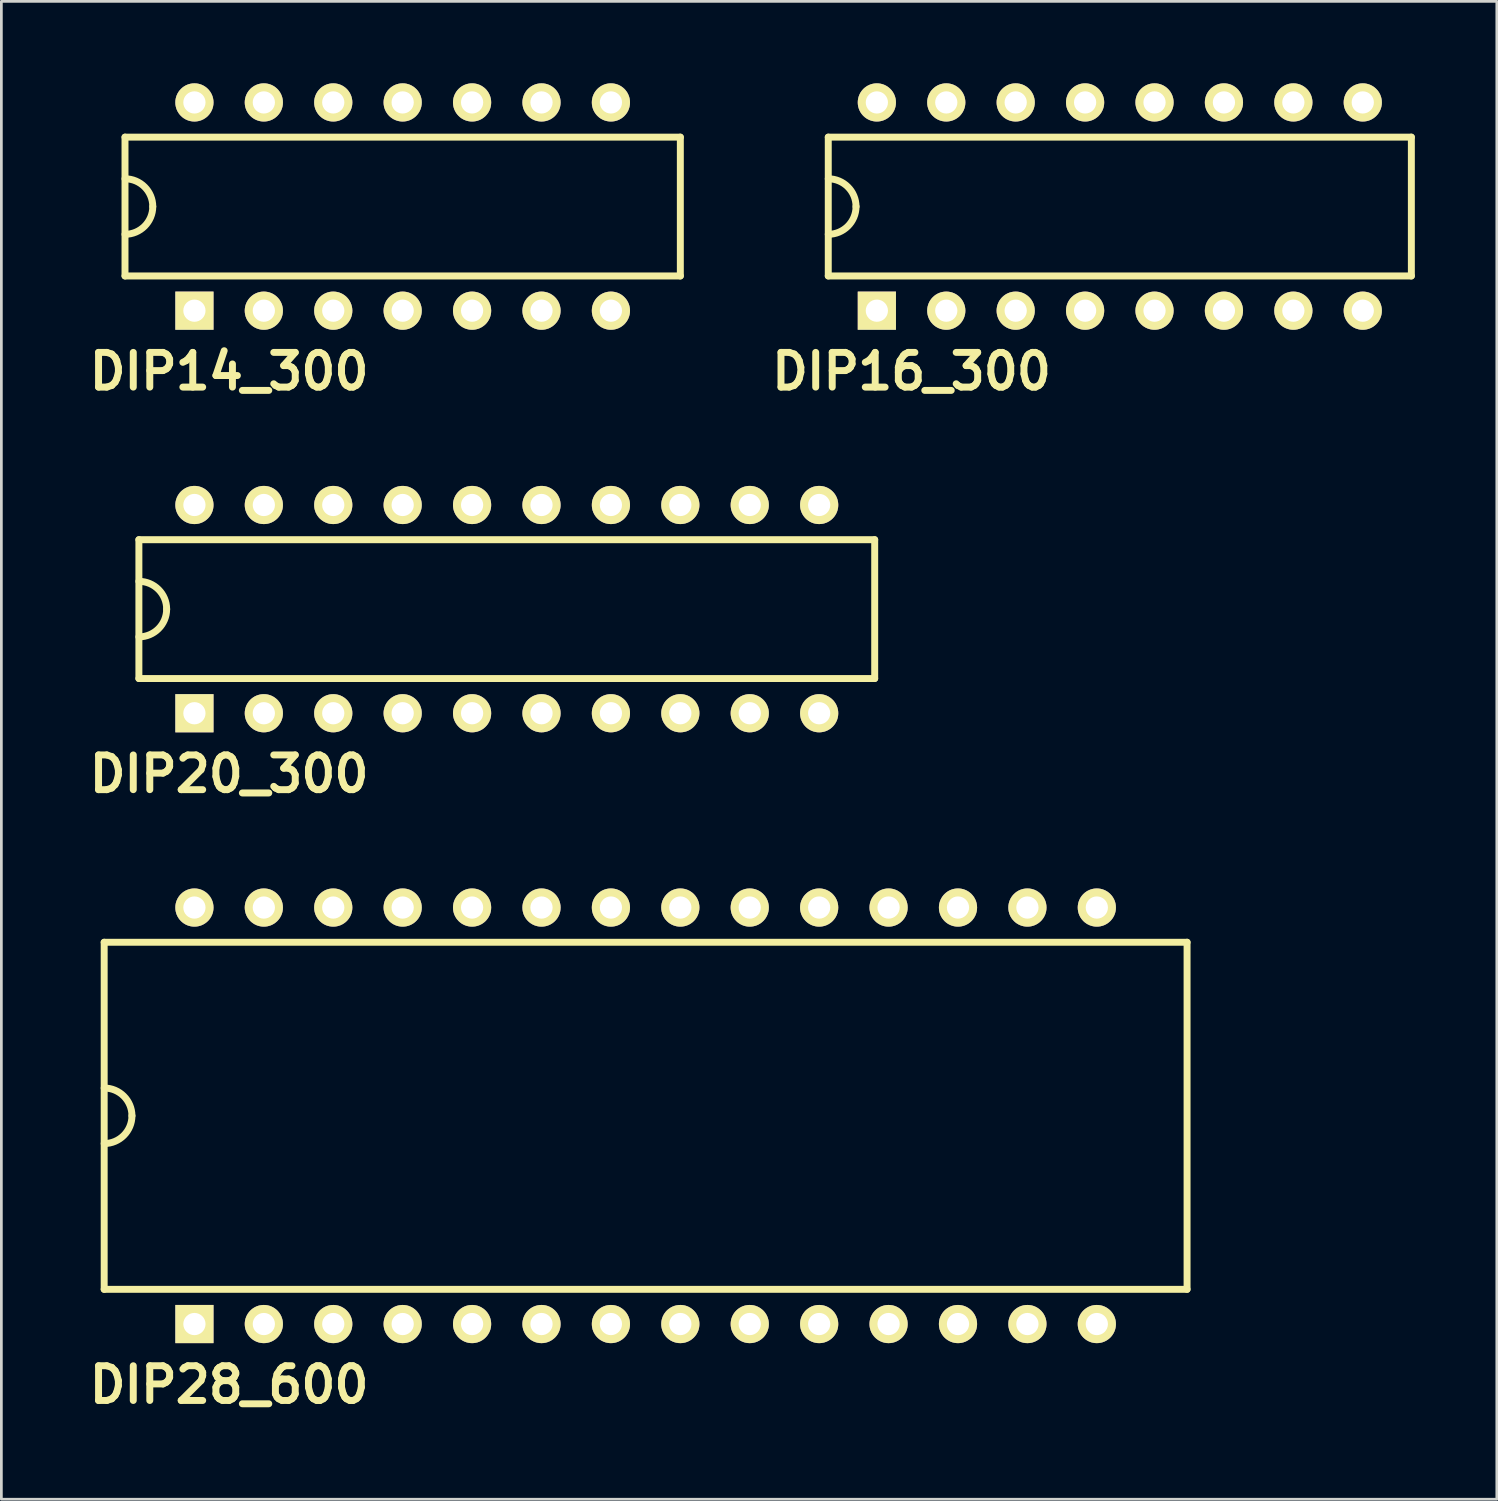
<source format=kicad_pcb>
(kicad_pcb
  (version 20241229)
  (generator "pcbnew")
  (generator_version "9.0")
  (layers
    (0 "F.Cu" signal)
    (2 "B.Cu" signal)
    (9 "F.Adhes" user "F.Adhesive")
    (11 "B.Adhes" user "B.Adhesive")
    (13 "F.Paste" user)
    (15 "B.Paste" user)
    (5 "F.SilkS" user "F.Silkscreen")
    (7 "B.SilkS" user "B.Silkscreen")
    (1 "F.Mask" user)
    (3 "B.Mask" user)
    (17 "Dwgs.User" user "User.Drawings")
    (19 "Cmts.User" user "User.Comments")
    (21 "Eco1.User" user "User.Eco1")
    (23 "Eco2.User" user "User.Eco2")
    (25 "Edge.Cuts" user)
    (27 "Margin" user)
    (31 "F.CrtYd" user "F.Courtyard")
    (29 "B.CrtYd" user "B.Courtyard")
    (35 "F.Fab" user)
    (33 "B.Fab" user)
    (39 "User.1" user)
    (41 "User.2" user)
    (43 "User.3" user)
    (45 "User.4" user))
  (footprint "DIP20_300"
    (layer "F.Cu")
    (at 15.494 19.238)
    (property "Reference" "DIP20_300" (at -10.16 6.032 0) (layer "F.SilkS") (effects (font (size 1.27 1.27) (thickness 0.254))))
    (fp_line (start -13.462 -2.54) (end 13.462 -2.54) (stroke (width 0.254) (type solid)) (layer "F.SilkS"))
    (fp_line (start -13.462 2.54) (end -13.462 -2.54) (stroke (width 0.254) (type solid)) (layer "F.SilkS"))
    (fp_line (start 13.462 -2.54) (end 13.462 2.54) (stroke (width 0.254) (type solid)) (layer "F.SilkS"))
    (fp_line (start 13.462 2.54) (end -13.462 2.54) (stroke (width 0.254) (type solid)) (layer "F.SilkS"))
    (fp_arc (start -13.462 -1.016) (mid -12.74358 -0.71842) (end -12.446 0) (stroke (width 0.254) (type solid)) (layer "F.SilkS"))
    (fp_arc (start -12.446 0) (mid -12.74358 0.71842) (end -13.462 1.016) (stroke (width 0.254) (type solid)) (layer "F.SilkS"))
    (pad "1" thru_hole rect (at -11.43 3.81) (size 1.397 1.397) (drill 0.813) (layers "*.Cu" "*.Mask" "F.SilkS"))
    (pad "2" thru_hole circle (at -8.89 3.81) (size 1.397 1.397) (drill 0.813) (layers "*.Cu" "*.Mask" "F.SilkS"))
    (pad "3" thru_hole circle (at -6.35 3.81) (size 1.397 1.397) (drill 0.813) (layers "*.Cu" "*.Mask" "F.SilkS"))
    (pad "4" thru_hole circle (at -3.81 3.81) (size 1.397 1.397) (drill 0.813) (layers "*.Cu" "*.Mask" "F.SilkS"))
    (pad "5" thru_hole circle (at -1.27 3.81) (size 1.397 1.397) (drill 0.813) (layers "*.Cu" "*.Mask" "F.SilkS"))
    (pad "6" thru_hole circle (at 1.27 3.81) (size 1.397 1.397) (drill 0.813) (layers "*.Cu" "*.Mask" "F.SilkS"))
    (pad "7" thru_hole circle (at 3.81 3.81) (size 1.397 1.397) (drill 0.813) (layers "*.Cu" "*.Mask" "F.SilkS"))
    (pad "8" thru_hole circle (at 6.35 3.81) (size 1.397 1.397) (drill 0.813) (layers "*.Cu" "*.Mask" "F.SilkS"))
    (pad "9" thru_hole circle (at 8.89 3.81) (size 1.397 1.397) (drill 0.813) (layers "*.Cu" "*.Mask" "F.SilkS"))
    (pad "10" thru_hole circle (at 11.43 3.81) (size 1.397 1.397) (drill 0.813) (layers "*.Cu" "*.Mask" "F.SilkS"))
    (pad "11" thru_hole circle (at 11.43 -3.81) (size 1.397 1.397) (drill 0.813) (layers "*.Cu" "*.Mask" "F.SilkS"))
    (pad "12" thru_hole circle (at 8.89 -3.81) (size 1.397 1.397) (drill 0.813) (layers "*.Cu" "*.Mask" "F.SilkS"))
    (pad "13" thru_hole circle (at 6.35 -3.81) (size 1.397 1.397) (drill 0.813) (layers "*.Cu" "*.Mask" "F.SilkS"))
    (pad "14" thru_hole circle (at 3.81 -3.81) (size 1.397 1.397) (drill 0.813) (layers "*.Cu" "*.Mask" "F.SilkS"))
    (pad "15" thru_hole circle (at 1.27 -3.81) (size 1.397 1.397) (drill 0.813) (layers "*.Cu" "*.Mask" "F.SilkS"))
    (pad "16" thru_hole circle (at -1.27 -3.81) (size 1.397 1.397) (drill 0.813) (layers "*.Cu" "*.Mask" "F.SilkS"))
    (pad "17" thru_hole circle (at -3.81 -3.81) (size 1.397 1.397) (drill 0.813) (layers "*.Cu" "*.Mask" "F.SilkS"))
    (pad "18" thru_hole circle (at -6.35 -3.81) (size 1.397 1.397) (drill 0.813) (layers "*.Cu" "*.Mask" "F.SilkS"))
    (pad "19" thru_hole circle (at -8.89 -3.81) (size 1.397 1.397) (drill 0.813) (layers "*.Cu" "*.Mask" "F.SilkS"))
    (pad "20" thru_hole circle (at -11.43 -3.81) (size 1.397 1.397) (drill 0.813) (layers "*.Cu" "*.Mask" "F.SilkS")))
  (footprint "DIP28_600"
    (layer "F.Cu")
    (at 20.574 37.778)
    (property "Reference" "DIP28_600" (at -15.24 9.842 0) (layer "F.SilkS") (effects (font (size 1.27 1.27) (thickness 0.254))))
    (fp_line (start -19.812 -6.35) (end 19.812 -6.35) (stroke (width 0.254) (type solid)) (layer "F.SilkS"))
    (fp_line (start -19.812 6.35) (end -19.812 -6.35) (stroke (width 0.254) (type solid)) (layer "F.SilkS"))
    (fp_line (start 19.812 -6.35) (end 19.812 6.35) (stroke (width 0.254) (type solid)) (layer "F.SilkS"))
    (fp_line (start 19.812 6.35) (end -19.812 6.35) (stroke (width 0.254) (type solid)) (layer "F.SilkS"))
    (fp_arc (start -19.812 -1.016) (mid -19.09358 -0.71842) (end -18.796 0) (stroke (width 0.254) (type solid)) (layer "F.SilkS"))
    (fp_arc (start -18.796 0) (mid -19.09358 0.71842) (end -19.812 1.016) (stroke (width 0.254) (type solid)) (layer "F.SilkS"))
    (pad "1" thru_hole rect (at -16.51 7.62) (size 1.397 1.397) (drill 0.813) (layers "*.Cu" "*.Mask" "F.SilkS"))
    (pad "2" thru_hole circle (at -13.97 7.62) (size 1.397 1.397) (drill 0.813) (layers "*.Cu" "*.Mask" "F.SilkS"))
    (pad "3" thru_hole circle (at -11.43 7.62) (size 1.397 1.397) (drill 0.813) (layers "*.Cu" "*.Mask" "F.SilkS"))
    (pad "4" thru_hole circle (at -8.89 7.62) (size 1.397 1.397) (drill 0.813) (layers "*.Cu" "*.Mask" "F.SilkS"))
    (pad "5" thru_hole circle (at -6.35 7.62) (size 1.397 1.397) (drill 0.813) (layers "*.Cu" "*.Mask" "F.SilkS"))
    (pad "6" thru_hole circle (at -3.81 7.62) (size 1.397 1.397) (drill 0.813) (layers "*.Cu" "*.Mask" "F.SilkS"))
    (pad "7" thru_hole circle (at -1.27 7.62) (size 1.397 1.397) (drill 0.813) (layers "*.Cu" "*.Mask" "F.SilkS"))
    (pad "8" thru_hole circle (at 1.27 7.62) (size 1.397 1.397) (drill 0.813) (layers "*.Cu" "*.Mask" "F.SilkS"))
    (pad "9" thru_hole circle (at 3.81 7.62) (size 1.397 1.397) (drill 0.813) (layers "*.Cu" "*.Mask" "F.SilkS"))
    (pad "10" thru_hole circle (at 6.35 7.62) (size 1.397 1.397) (drill 0.813) (layers "*.Cu" "*.Mask" "F.SilkS"))
    (pad "11" thru_hole circle (at 8.89 7.62) (size 1.397 1.397) (drill 0.813) (layers "*.Cu" "*.Mask" "F.SilkS"))
    (pad "12" thru_hole circle (at 11.43 7.62) (size 1.397 1.397) (drill 0.813) (layers "*.Cu" "*.Mask" "F.SilkS"))
    (pad "13" thru_hole circle (at 13.97 7.62) (size 1.397 1.397) (drill 0.813) (layers "*.Cu" "*.Mask" "F.SilkS"))
    (pad "14" thru_hole circle (at 16.51 7.62) (size 1.397 1.397) (drill 0.813) (layers "*.Cu" "*.Mask" "F.SilkS"))
    (pad "15" thru_hole circle (at 16.51 -7.62) (size 1.397 1.397) (drill 0.813) (layers "*.Cu" "*.Mask" "F.SilkS"))
    (pad "16" thru_hole circle (at 13.97 -7.62) (size 1.397 1.397) (drill 0.813) (layers "*.Cu" "*.Mask" "F.SilkS"))
    (pad "17" thru_hole circle (at 11.43 -7.62) (size 1.397 1.397) (drill 0.813) (layers "*.Cu" "*.Mask" "F.SilkS"))
    (pad "18" thru_hole circle (at 8.89 -7.62) (size 1.397 1.397) (drill 0.813) (layers "*.Cu" "*.Mask" "F.SilkS"))
    (pad "19" thru_hole circle (at 6.35 -7.62) (size 1.397 1.397) (drill 0.813) (layers "*.Cu" "*.Mask" "F.SilkS"))
    (pad "20" thru_hole circle (at 3.81 -7.62) (size 1.397 1.397) (drill 0.813) (layers "*.Cu" "*.Mask" "F.SilkS"))
    (pad "21" thru_hole circle (at 1.27 -7.62) (size 1.397 1.397) (drill 0.813) (layers "*.Cu" "*.Mask" "F.SilkS"))
    (pad "22" thru_hole circle (at -1.27 -7.62) (size 1.397 1.397) (drill 0.813) (layers "*.Cu" "*.Mask" "F.SilkS"))
    (pad "23" thru_hole circle (at -3.81 -7.62) (size 1.397 1.397) (drill 0.813) (layers "*.Cu" "*.Mask" "F.SilkS"))
    (pad "24" thru_hole circle (at -6.35 -7.62) (size 1.397 1.397) (drill 0.813) (layers "*.Cu" "*.Mask" "F.SilkS"))
    (pad "25" thru_hole circle (at -8.89 -7.62) (size 1.397 1.397) (drill 0.813) (layers "*.Cu" "*.Mask" "F.SilkS"))
    (pad "26" thru_hole circle (at -11.43 -7.62) (size 1.397 1.397) (drill 0.813) (layers "*.Cu" "*.Mask" "F.SilkS"))
    (pad "27" thru_hole circle (at -13.97 -7.62) (size 1.397 1.397) (drill 0.813) (layers "*.Cu" "*.Mask" "F.SilkS"))
    (pad "28" thru_hole circle (at -16.51 -7.62) (size 1.397 1.397) (drill 0.813) (layers "*.Cu" "*.Mask" "F.SilkS")))
  (footprint "DIP14_300"
    (layer "F.Cu")
    (at 11.684 4.508)
    (property "Reference" "DIP14_300" (at -6.35 6.032 0) (layer "F.SilkS") (effects (font (size 1.27 1.27) (thickness 0.254))))
    (fp_line (start -10.16 -2.54) (end -10.16 2.54) (stroke (width 0.254) (type solid)) (layer "F.SilkS"))
    (fp_line (start -10.16 2.54) (end 10.16 2.54) (stroke (width 0.254) (type solid)) (layer "F.SilkS"))
    (fp_line (start 10.16 -2.54) (end -10.16 -2.54) (stroke (width 0.254) (type solid)) (layer "F.SilkS"))
    (fp_line (start 10.16 2.54) (end 10.16 -2.54) (stroke (width 0.254) (type solid)) (layer "F.SilkS"))
    (fp_arc (start -10.16 -1.016) (mid -9.44158 -0.71842) (end -9.144 0) (stroke (width 0.254) (type solid)) (layer "F.SilkS"))
    (fp_arc (start -9.144 0) (mid -9.44158 0.71842) (end -10.16 1.016) (stroke (width 0.254) (type solid)) (layer "F.SilkS"))
    (pad "1" thru_hole rect (at -7.62 3.81) (size 1.397 1.397) (drill 0.813) (layers "*.Cu" "*.Mask" "F.SilkS"))
    (pad "2" thru_hole circle (at -5.08 3.81) (size 1.397 1.397) (drill 0.813) (layers "*.Cu" "*.Mask" "F.SilkS"))
    (pad "3" thru_hole circle (at -2.54 3.81) (size 1.397 1.397) (drill 0.813) (layers "*.Cu" "*.Mask" "F.SilkS"))
    (pad "4" thru_hole circle (at 0 3.81) (size 1.397 1.397) (drill 0.813) (layers "*.Cu" "*.Mask" "F.SilkS"))
    (pad "5" thru_hole circle (at 2.54 3.81) (size 1.397 1.397) (drill 0.813) (layers "*.Cu" "*.Mask" "F.SilkS"))
    (pad "6" thru_hole circle (at 5.08 3.81) (size 1.397 1.397) (drill 0.813) (layers "*.Cu" "*.Mask" "F.SilkS"))
    (pad "7" thru_hole circle (at 7.62 3.81) (size 1.397 1.397) (drill 0.813) (layers "*.Cu" "*.Mask" "F.SilkS"))
    (pad "8" thru_hole circle (at 7.62 -3.81) (size 1.397 1.397) (drill 0.813) (layers "*.Cu" "*.Mask" "F.SilkS"))
    (pad "9" thru_hole circle (at 5.08 -3.81) (size 1.397 1.397) (drill 0.813) (layers "*.Cu" "*.Mask" "F.SilkS"))
    (pad "10" thru_hole circle (at 2.54 -3.81) (size 1.397 1.397) (drill 0.813) (layers "*.Cu" "*.Mask" "F.SilkS"))
    (pad "11" thru_hole circle (at 0 -3.81) (size 1.397 1.397) (drill 0.813) (layers "*.Cu" "*.Mask" "F.SilkS"))
    (pad "12" thru_hole circle (at -2.54 -3.81) (size 1.397 1.397) (drill 0.813) (layers "*.Cu" "*.Mask" "F.SilkS"))
    (pad "13" thru_hole circle (at -5.08 -3.81) (size 1.397 1.397) (drill 0.813) (layers "*.Cu" "*.Mask" "F.SilkS"))
    (pad "14" thru_hole circle (at -7.62 -3.81) (size 1.397 1.397) (drill 0.813) (layers "*.Cu" "*.Mask" "F.SilkS")))
  (footprint "DIP16_300"
    (layer "F.Cu")
    (at 37.925 4.508)
    (property "Reference" "DIP16_300" (at -7.62 6.032 0) (layer "F.SilkS") (effects (font (size 1.27 1.27) (thickness 0.254))))
    (fp_line (start -10.668 -2.54) (end 10.668 -2.54) (stroke (width 0.254) (type solid)) (layer "F.SilkS"))
    (fp_line (start -10.668 2.54) (end -10.668 -2.54) (stroke (width 0.254) (type solid)) (layer "F.SilkS"))
    (fp_line (start 10.668 -2.54) (end 10.668 2.54) (stroke (width 0.254) (type solid)) (layer "F.SilkS"))
    (fp_line (start 10.668 2.54) (end -10.668 2.54) (stroke (width 0.254) (type solid)) (layer "F.SilkS"))
    (fp_arc (start -10.668 -1.016) (mid -9.94958 -0.71842) (end -9.652 0) (stroke (width 0.254) (type solid)) (layer "F.SilkS"))
    (fp_arc (start -9.652 0) (mid -9.94958 0.71842) (end -10.668 1.016) (stroke (width 0.254) (type solid)) (layer "F.SilkS"))
    (pad "1" thru_hole rect (at -8.89 3.81) (size 1.397 1.397) (drill 0.813) (layers "*.Cu" "*.Mask" "F.SilkS"))
    (pad "2" thru_hole circle (at -6.35 3.81) (size 1.397 1.397) (drill 0.813) (layers "*.Cu" "*.Mask" "F.SilkS"))
    (pad "3" thru_hole circle (at -3.81 3.81) (size 1.397 1.397) (drill 0.813) (layers "*.Cu" "*.Mask" "F.SilkS"))
    (pad "4" thru_hole circle (at -1.27 3.81) (size 1.397 1.397) (drill 0.813) (layers "*.Cu" "*.Mask" "F.SilkS"))
    (pad "5" thru_hole circle (at 1.27 3.81) (size 1.397 1.397) (drill 0.813) (layers "*.Cu" "*.Mask" "F.SilkS"))
    (pad "6" thru_hole circle (at 3.81 3.81) (size 1.397 1.397) (drill 0.813) (layers "*.Cu" "*.Mask" "F.SilkS"))
    (pad "7" thru_hole circle (at 6.35 3.81) (size 1.397 1.397) (drill 0.813) (layers "*.Cu" "*.Mask" "F.SilkS"))
    (pad "8" thru_hole circle (at 8.89 3.81) (size 1.397 1.397) (drill 0.813) (layers "*.Cu" "*.Mask" "F.SilkS"))
    (pad "9" thru_hole circle (at 8.89 -3.81) (size 1.397 1.397) (drill 0.813) (layers "*.Cu" "*.Mask" "F.SilkS"))
    (pad "10" thru_hole circle (at 6.35 -3.81) (size 1.397 1.397) (drill 0.813) (layers "*.Cu" "*.Mask" "F.SilkS"))
    (pad "11" thru_hole circle (at 3.81 -3.81) (size 1.397 1.397) (drill 0.813) (layers "*.Cu" "*.Mask" "F.SilkS"))
    (pad "12" thru_hole circle (at 1.27 -3.81) (size 1.397 1.397) (drill 0.813) (layers "*.Cu" "*.Mask" "F.SilkS"))
    (pad "13" thru_hole circle (at -1.27 -3.81) (size 1.397 1.397) (drill 0.813) (layers "*.Cu" "*.Mask" "F.SilkS"))
    (pad "14" thru_hole circle (at -3.81 -3.81) (size 1.397 1.397) (drill 0.813) (layers "*.Cu" "*.Mask" "F.SilkS"))
    (pad "15" thru_hole circle (at -6.35 -3.81) (size 1.397 1.397) (drill 0.813) (layers "*.Cu" "*.Mask" "F.SilkS"))
    (pad "16" thru_hole circle (at -8.89 -3.81) (size 1.397 1.397) (drill 0.813) (layers "*.Cu" "*.Mask" "F.SilkS")))
  (gr_rect
    (start -3 -3)
    (end 51.72 51.809)
    (stroke (width 0.1) (type default))
    (fill no)
    (layer "Edge.Cuts")))
</source>
